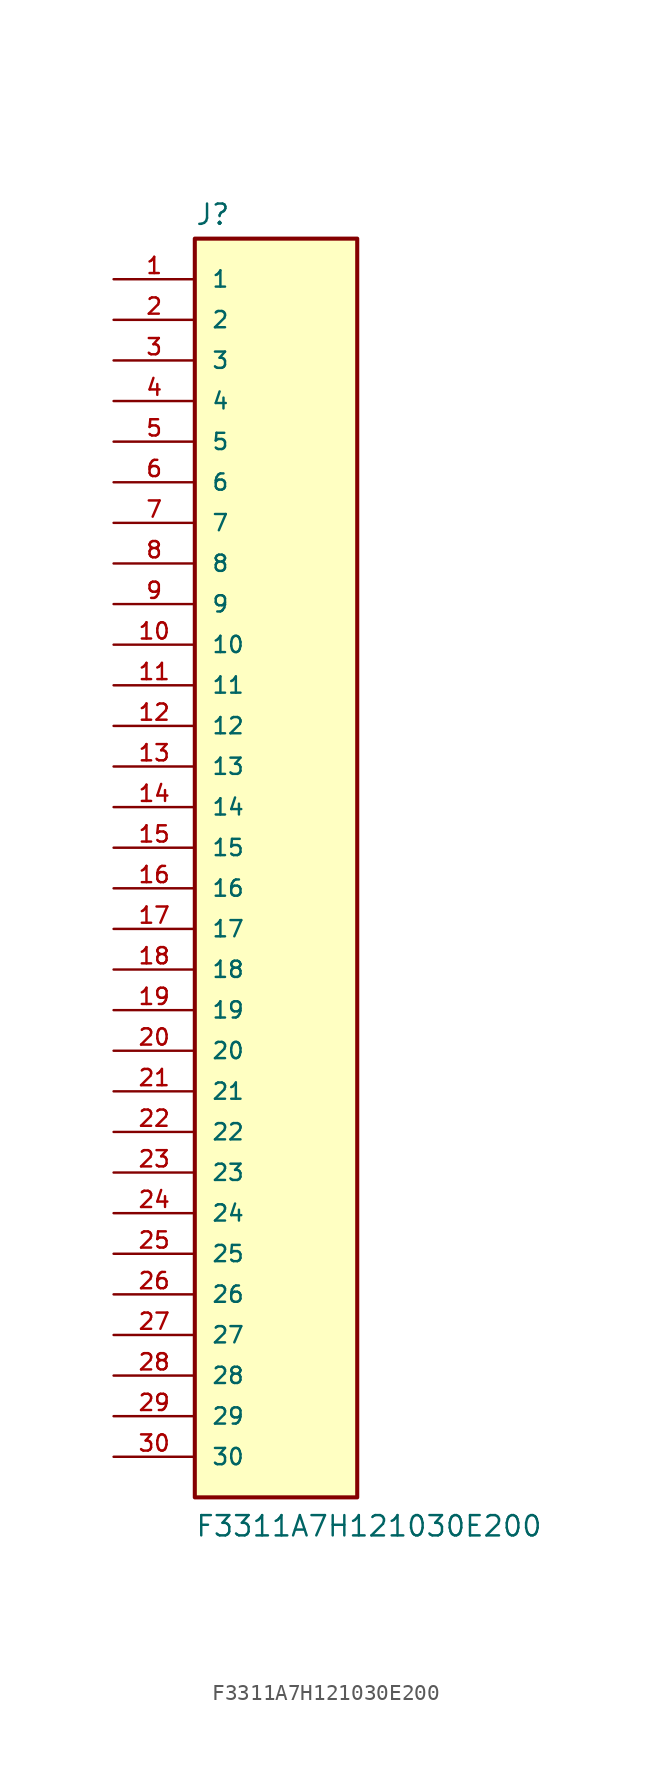
<source format=kicad_sym>
(kicad_symbol_lib
  (version 20211014)
  (generator kicad_symbol_editor)
  (symbol "F3311A7H121030E200"
    (pin_names
      (offset 1.016))
    (property "Reference" "J"
      (at -5.08 38.862 0)
      (effects (font (size 1.27 1.27)) (justify bottom left)))
    (property "Value" "F3311A7H121030E200"
      (at -5.08 -43.18 0)
      (effects (font (size 1.27 1.27)) (justify bottom left)))
    (symbol "F3311A7H121030E200_0_0"
      (rectangle (start -5.08 -40.64) (end 5.08 38.1) (stroke (width 0.254)) (fill (type background)))
      (pin passive line (at -10.16 35.56 0) (length 5.08) (name "1" (effects (font (size 1.016 1.016)))) (number "1" (effects (font (size 1.016 1.016)))))
      (pin passive line (at -10.16 33.02 0) (length 5.08) (name "2" (effects (font (size 1.016 1.016)))) (number "2" (effects (font (size 1.016 1.016)))))
      (pin passive line (at -10.16 30.48 0) (length 5.08) (name "3" (effects (font (size 1.016 1.016)))) (number "3" (effects (font (size 1.016 1.016)))))
      (pin passive line (at -10.16 27.94 0) (length 5.08) (name "4" (effects (font (size 1.016 1.016)))) (number "4" (effects (font (size 1.016 1.016)))))
      (pin passive line (at -10.16 25.4 0) (length 5.08) (name "5" (effects (font (size 1.016 1.016)))) (number "5" (effects (font (size 1.016 1.016)))))
      (pin passive line (at -10.16 22.86 0) (length 5.08) (name "6" (effects (font (size 1.016 1.016)))) (number "6" (effects (font (size 1.016 1.016)))))
      (pin passive line (at -10.16 20.32 0) (length 5.08) (name "7" (effects (font (size 1.016 1.016)))) (number "7" (effects (font (size 1.016 1.016)))))
      (pin passive line (at -10.16 17.78 0) (length 5.08) (name "8" (effects (font (size 1.016 1.016)))) (number "8" (effects (font (size 1.016 1.016)))))
      (pin passive line (at -10.16 15.24 0) (length 5.08) (name "9" (effects (font (size 1.016 1.016)))) (number "9" (effects (font (size 1.016 1.016)))))
      (pin passive line (at -10.16 12.7 0) (length 5.08) (name "10" (effects (font (size 1.016 1.016)))) (number "10" (effects (font (size 1.016 1.016)))))
      (pin passive line (at -10.16 10.16 0) (length 5.08) (name "11" (effects (font (size 1.016 1.016)))) (number "11" (effects (font (size 1.016 1.016)))))
      (pin passive line (at -10.16 7.62 0) (length 5.08) (name "12" (effects (font (size 1.016 1.016)))) (number "12" (effects (font (size 1.016 1.016)))))
      (pin passive line (at -10.16 5.08 0) (length 5.08) (name "13" (effects (font (size 1.016 1.016)))) (number "13" (effects (font (size 1.016 1.016)))))
      (pin passive line (at -10.16 2.54 0) (length 5.08) (name "14" (effects (font (size 1.016 1.016)))) (number "14" (effects (font (size 1.016 1.016)))))
      (pin passive line (at -10.16 0.0 0) (length 5.08) (name "15" (effects (font (size 1.016 1.016)))) (number "15" (effects (font (size 1.016 1.016)))))
      (pin passive line (at -10.16 -2.54 0) (length 5.08) (name "16" (effects (font (size 1.016 1.016)))) (number "16" (effects (font (size 1.016 1.016)))))
      (pin passive line (at -10.16 -5.08 0) (length 5.08) (name "17" (effects (font (size 1.016 1.016)))) (number "17" (effects (font (size 1.016 1.016)))))
      (pin passive line (at -10.16 -7.62 0) (length 5.08) (name "18" (effects (font (size 1.016 1.016)))) (number "18" (effects (font (size 1.016 1.016)))))
      (pin passive line (at -10.16 -10.16 0) (length 5.08) (name "19" (effects (font (size 1.016 1.016)))) (number "19" (effects (font (size 1.016 1.016)))))
      (pin passive line (at -10.16 -12.7 0) (length 5.08) (name "20" (effects (font (size 1.016 1.016)))) (number "20" (effects (font (size 1.016 1.016)))))
      (pin passive line (at -10.16 -15.24 0) (length 5.08) (name "21" (effects (font (size 1.016 1.016)))) (number "21" (effects (font (size 1.016 1.016)))))
      (pin passive line (at -10.16 -17.78 0) (length 5.08) (name "22" (effects (font (size 1.016 1.016)))) (number "22" (effects (font (size 1.016 1.016)))))
      (pin passive line (at -10.16 -20.32 0) (length 5.08) (name "23" (effects (font (size 1.016 1.016)))) (number "23" (effects (font (size 1.016 1.016)))))
      (pin passive line (at -10.16 -22.86 0) (length 5.08) (name "24" (effects (font (size 1.016 1.016)))) (number "24" (effects (font (size 1.016 1.016)))))
      (pin passive line (at -10.16 -25.4 0) (length 5.08) (name "25" (effects (font (size 1.016 1.016)))) (number "25" (effects (font (size 1.016 1.016)))))
      (pin passive line (at -10.16 -27.94 0) (length 5.08) (name "26" (effects (font (size 1.016 1.016)))) (number "26" (effects (font (size 1.016 1.016)))))
      (pin passive line (at -10.16 -30.48 0) (length 5.08) (name "27" (effects (font (size 1.016 1.016)))) (number "27" (effects (font (size 1.016 1.016)))))
      (pin passive line (at -10.16 -33.02 0) (length 5.08) (name "28" (effects (font (size 1.016 1.016)))) (number "28" (effects (font (size 1.016 1.016)))))
      (pin passive line (at -10.16 -35.56 0) (length 5.08) (name "29" (effects (font (size 1.016 1.016)))) (number "29" (effects (font (size 1.016 1.016)))))
      (pin passive line (at -10.16 -38.1 0) (length 5.08) (name "30" (effects (font (size 1.016 1.016)))) (number "30" (effects (font (size 1.016 1.016))))))))
</source>
